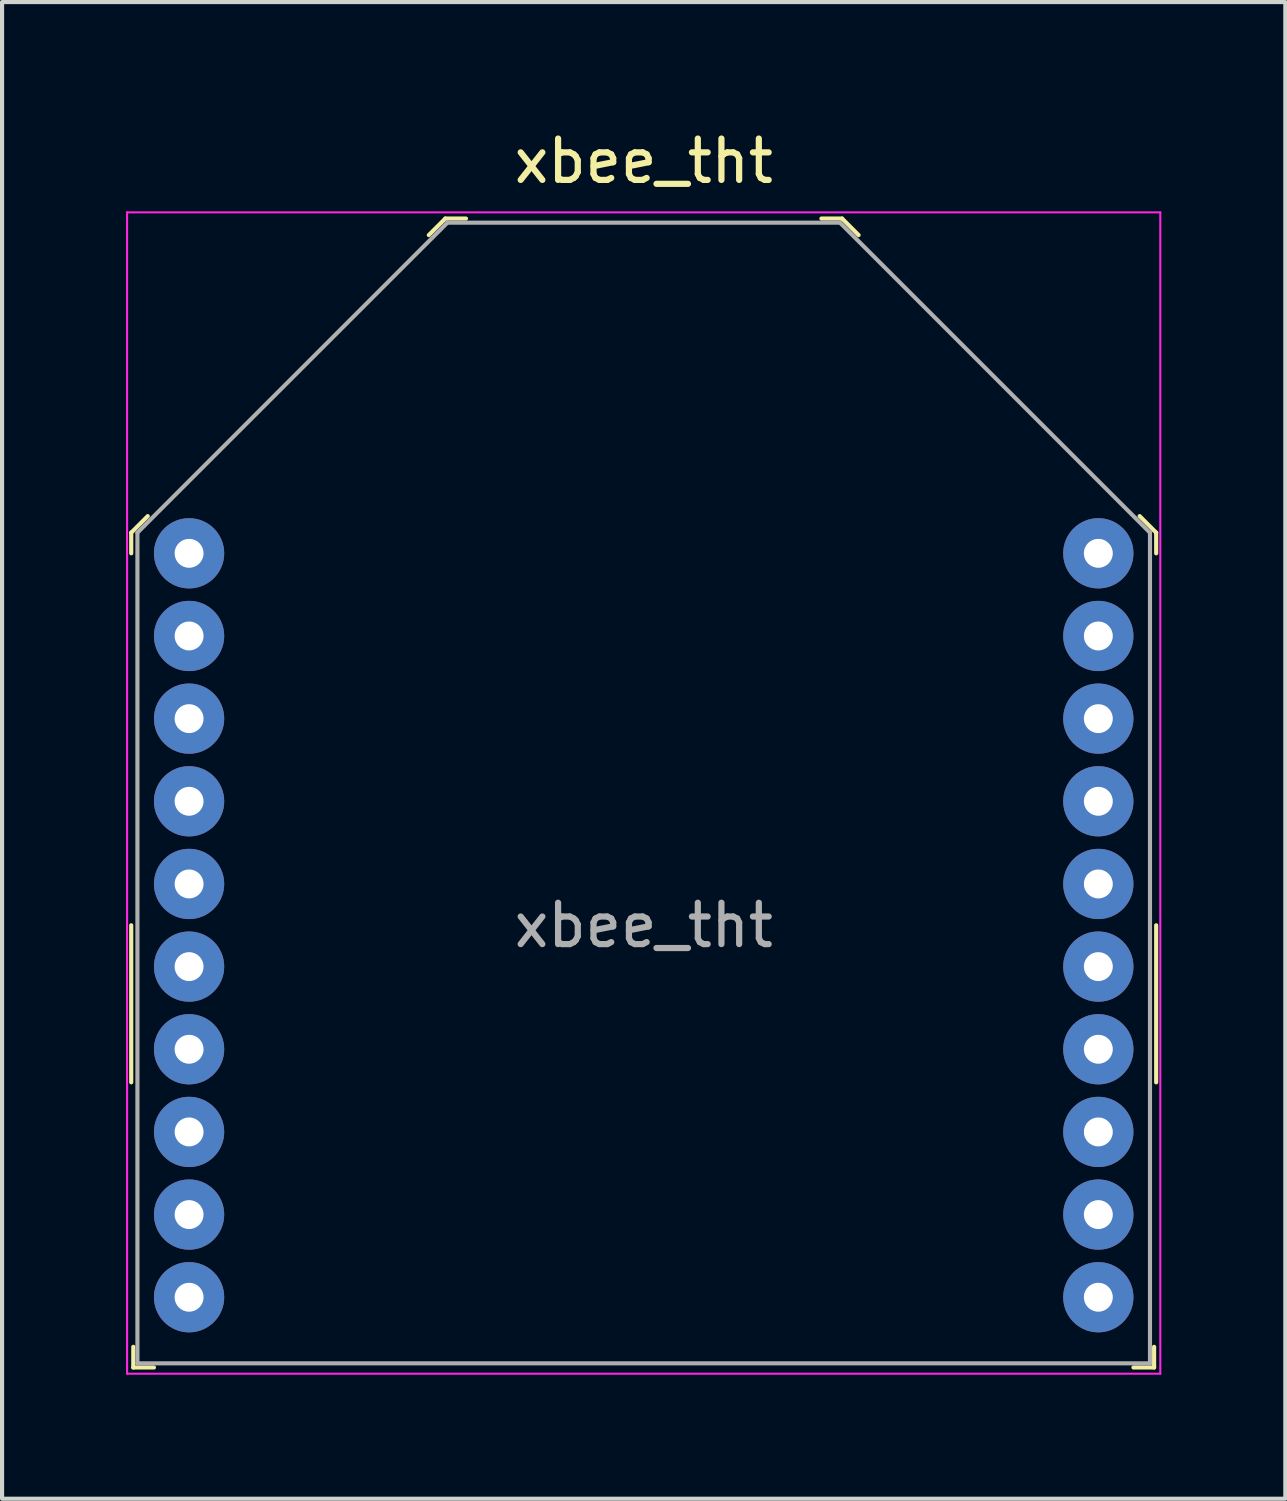
<source format=kicad_pcb>
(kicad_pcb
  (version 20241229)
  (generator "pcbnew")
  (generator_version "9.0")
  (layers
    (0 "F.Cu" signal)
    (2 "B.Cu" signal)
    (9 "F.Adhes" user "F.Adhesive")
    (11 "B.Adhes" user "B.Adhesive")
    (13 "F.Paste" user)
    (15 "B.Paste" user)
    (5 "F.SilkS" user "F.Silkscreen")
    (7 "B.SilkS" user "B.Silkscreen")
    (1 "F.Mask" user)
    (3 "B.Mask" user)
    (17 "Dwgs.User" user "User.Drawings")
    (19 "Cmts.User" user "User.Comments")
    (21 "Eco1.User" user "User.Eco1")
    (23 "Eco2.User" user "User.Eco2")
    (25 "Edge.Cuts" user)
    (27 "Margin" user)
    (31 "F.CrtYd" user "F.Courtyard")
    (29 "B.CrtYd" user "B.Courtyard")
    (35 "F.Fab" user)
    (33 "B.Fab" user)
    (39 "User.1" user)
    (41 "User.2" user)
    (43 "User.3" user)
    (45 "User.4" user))
  (footprint "xbee_tht"
    (layer "F.Cu")
    (at 12.525 19.338)
    (property "Reference" "xbee_tht" (at 0 -18.49 0) (layer "F.SilkS") (effects (font (size 1 1) (thickness 0.15))))
    (attr through_hole)
    (fp_line (start -12.4 -9.5) (end -12.4 -9) (stroke (width 0.1) (type solid)) (layer "F.SilkS"))
    (fp_line (start -12.4 -9.5) (end -12 -9.9) (stroke (width 0.1) (type solid)) (layer "F.SilkS"))
    (fp_line (start -12.4 0) (end -12.4 3.8) (stroke (width 0.1) (type solid)) (layer "F.SilkS"))
    (fp_line (start -12.35 10.7) (end -12.35 10.2) (stroke (width 0.1) (type solid)) (layer "F.SilkS"))
    (fp_line (start -12.35 10.7) (end -11.85 10.7) (stroke (width 0.1) (type solid)) (layer "F.SilkS"))
    (fp_line (start -4.8 -17.1) (end -5.2 -16.7) (stroke (width 0.1) (type solid)) (layer "F.SilkS"))
    (fp_line (start -4.8 -17.1) (end -4.3 -17.1) (stroke (width 0.1) (type solid)) (layer "F.SilkS"))
    (fp_line (start 4.8 -17.1) (end 4.3 -17.1) (stroke (width 0.1) (type solid)) (layer "F.SilkS"))
    (fp_line (start 4.8 -17.1) (end 5.2 -16.7) (stroke (width 0.1) (type solid)) (layer "F.SilkS"))
    (fp_line (start 12.35 10.7) (end 11.85 10.7) (stroke (width 0.1) (type solid)) (layer "F.SilkS"))
    (fp_line (start 12.35 10.7) (end 12.35 10.2) (stroke (width 0.1) (type solid)) (layer "F.SilkS"))
    (fp_line (start 12.4 -9.5) (end 12 -9.9) (stroke (width 0.1) (type solid)) (layer "F.SilkS"))
    (fp_line (start 12.4 -9.5) (end 12.4 -9) (stroke (width 0.1) (type solid)) (layer "F.SilkS"))
    (fp_line (start 12.4 0) (end 12.4 3.8) (stroke (width 0.1) (type solid)) (layer "F.SilkS"))
    (fp_line (start -12.5 -17.25) (end -12.5 10.85) (stroke (width 0.05) (type solid)) (layer "F.CrtYd"))
    (fp_line (start -12.5 -17.25) (end 12.5 -17.25) (stroke (width 0.05) (type solid)) (layer "F.CrtYd"))
    (fp_line (start -12.5 10.85) (end 12.5 10.85) (stroke (width 0.05) (type solid)) (layer "F.CrtYd"))
    (fp_line (start 12.5 -17.25) (end 12.5 10.85) (stroke (width 0.05) (type solid)) (layer "F.CrtYd"))
    (fp_line (start -12.25 -9.5) (end -12.25 10.6) (stroke (width 0.1) (type solid)) (layer "F.Fab"))
    (fp_line (start -12.25 -9.5) (end -4.75 -17) (stroke (width 0.1) (type solid)) (layer "F.Fab"))
    (fp_line (start -12.25 10.6) (end 12.25 10.6) (stroke (width 0.1) (type solid)) (layer "F.Fab"))
    (fp_line (start -4.75 -17) (end 4.75 -17) (stroke (width 0.1) (type solid)) (layer "F.Fab"))
    (fp_line (start 4.75 -17) (end 12.25 -9.5) (stroke (width 0.1) (type solid)) (layer "F.Fab"))
    (fp_line (start 12.25 -9.5) (end 12.25 10.6) (stroke (width 0.1) (type solid)) (layer "F.Fab"))
    (fp_text user "${REFERENCE}" (at 0 0 0) (layer "F.Fab") (effects (font (size 1 1) (thickness 0.15))))
    (pad "1" thru_hole circle (at -11 -9) (size 1.7 1.7) (drill 0.7) (layers "*.Cu" "*.Mask"))
    (pad "2" thru_hole circle (at -11 -7) (size 1.7 1.7) (drill 0.7) (layers "*.Cu" "*.Mask"))
    (pad "3" thru_hole circle (at -11 -5) (size 1.7 1.7) (drill 0.7) (layers "*.Cu" "*.Mask"))
    (pad "4" thru_hole circle (at -11 -3) (size 1.7 1.7) (drill 0.7) (layers "*.Cu" "*.Mask"))
    (pad "5" thru_hole circle (at -11 -1) (size 1.7 1.7) (drill 0.7) (layers "*.Cu" "*.Mask"))
    (pad "6" thru_hole circle (at -11 1) (size 1.7 1.7) (drill 0.7) (layers "*.Cu" "*.Mask"))
    (pad "7" thru_hole circle (at -11 3) (size 1.7 1.7) (drill 0.7) (layers "*.Cu" "*.Mask"))
    (pad "8" thru_hole circle (at -11 5) (size 1.7 1.7) (drill 0.7) (layers "*.Cu" "*.Mask"))
    (pad "9" thru_hole circle (at -11 7) (size 1.7 1.7) (drill 0.7) (layers "*.Cu" "*.Mask"))
    (pad "10" thru_hole circle (at -11 9) (size 1.7 1.7) (drill 0.7) (layers "*.Cu" "*.Mask"))
    (pad "11" thru_hole circle (at 11 9) (size 1.7 1.7) (drill 0.7) (layers "*.Cu" "*.Mask"))
    (pad "12" thru_hole circle (at 11 7) (size 1.7 1.7) (drill 0.7) (layers "*.Cu" "*.Mask"))
    (pad "13" thru_hole circle (at 11 5) (size 1.7 1.7) (drill 0.7) (layers "*.Cu" "*.Mask"))
    (pad "14" thru_hole circle (at 11 3) (size 1.7 1.7) (drill 0.7) (layers "*.Cu" "*.Mask"))
    (pad "15" thru_hole circle (at 11 1) (size 1.7 1.7) (drill 0.7) (layers "*.Cu" "*.Mask"))
    (pad "16" thru_hole circle (at 11 -1) (size 1.7 1.7) (drill 0.7) (layers "*.Cu" "*.Mask"))
    (pad "17" thru_hole circle (at 11 -3) (size 1.7 1.7) (drill 0.7) (layers "*.Cu" "*.Mask"))
    (pad "18" thru_hole circle (at 11 -5) (size 1.7 1.7) (drill 0.7) (layers "*.Cu" "*.Mask"))
    (pad "19" thru_hole circle (at 11 -7) (size 1.7 1.7) (drill 0.7) (layers "*.Cu" "*.Mask"))
    (pad "20" thru_hole circle (at 11 -9) (size 1.7 1.7) (drill 0.7) (layers "*.Cu" "*.Mask")))
  (gr_rect
    (start -3 -3)
    (end 28.05 33.213)
    (stroke (width 0.1) (type default))
    (fill no)
    (layer "Edge.Cuts")))
</source>
